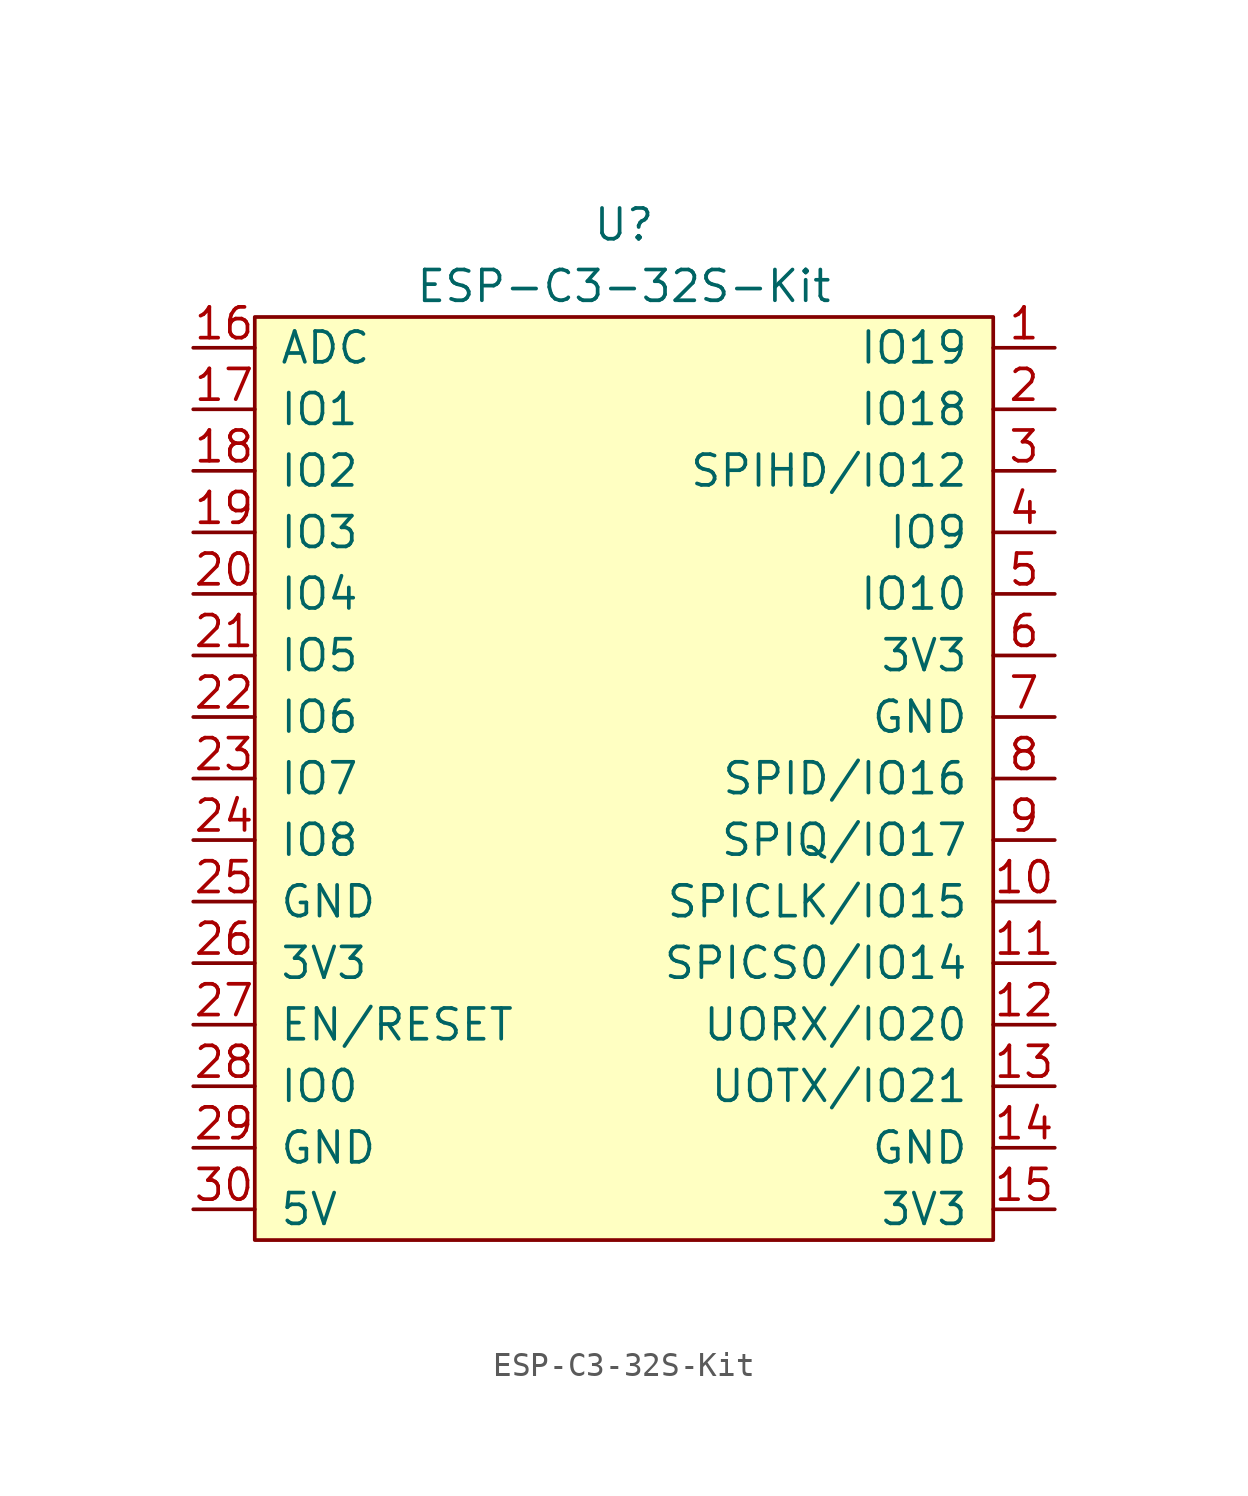
<source format=kicad_sym>
(kicad_symbol_lib
  (version 20220331)
  (generator kicad_symbol_editor)
  (symbol "ESP-C3-32S-Kit"
    (pin_names
      (offset 1))
    (property "Reference" "U"
      (at 0 22.86 0)
      (effects (font (size 1.27 1.27))))
    (property "Value" "ESP-C3-32S-Kit"
      (at 0 20.32 0)
      (effects (font (size 1.27 1.27))))
    (symbol "ESP-C3-32S-Kit_0_1"
      (rectangle (start -15.24 19.05) (end 15.24 -19.05) (stroke (width 0) (type default)) (fill (type background))))
    (symbol "ESP-C3-32S-Kit_1_1"
      (pin bidirectional line (at 17.78 17.78 180) (length 2.54) (name "IO19" (effects (font (size 1.27 1.27)))) (number "1" (effects (font (size 1.27 1.27)))))
      (pin bidirectional line (at 17.78 -5.08 180) (length 2.54) (name "SPICLK/IO15" (effects (font (size 1.27 1.27)))) (number "10" (effects (font (size 1.27 1.27)))))
      (pin bidirectional line (at 17.78 -7.62 180) (length 2.54) (name "SPICS0/IO14" (effects (font (size 1.27 1.27)))) (number "11" (effects (font (size 1.27 1.27)))))
      (pin bidirectional line (at 17.78 -10.16 180) (length 2.54) (name "UORX/IO20" (effects (font (size 1.27 1.27)))) (number "12" (effects (font (size 1.27 1.27)))))
      (pin bidirectional line (at 17.78 -12.7 180) (length 2.54) (name "UOTX/IO21" (effects (font (size 1.27 1.27)))) (number "13" (effects (font (size 1.27 1.27)))))
      (pin bidirectional line (at 17.78 -15.24 180) (length 2.54) (name "GND" (effects (font (size 1.27 1.27)))) (number "14" (effects (font (size 1.27 1.27)))))
      (pin bidirectional line (at 17.78 -17.78 180) (length 2.54) (name "3V3" (effects (font (size 1.27 1.27)))) (number "15" (effects (font (size 1.27 1.27)))))
      (pin bidirectional line (at -17.78 17.78 0) (length 2.54) (name "ADC" (effects (font (size 1.27 1.27)))) (number "16" (effects (font (size 1.27 1.27)))))
      (pin bidirectional line (at -17.78 15.24 0) (length 2.54) (name "IO1" (effects (font (size 1.27 1.27)))) (number "17" (effects (font (size 1.27 1.27)))))
      (pin bidirectional line (at -17.78 12.7 0) (length 2.54) (name "IO2" (effects (font (size 1.27 1.27)))) (number "18" (effects (font (size 1.27 1.27)))))
      (pin bidirectional line (at -17.78 10.16 0) (length 2.54) (name "IO3" (effects (font (size 1.27 1.27)))) (number "19" (effects (font (size 1.27 1.27)))))
      (pin bidirectional line (at 17.78 15.24 180) (length 2.54) (name "IO18" (effects (font (size 1.27 1.27)))) (number "2" (effects (font (size 1.27 1.27)))))
      (pin bidirectional line (at -17.78 7.62 0) (length 2.54) (name "IO4" (effects (font (size 1.27 1.27)))) (number "20" (effects (font (size 1.27 1.27)))))
      (pin bidirectional line (at -17.78 5.08 0) (length 2.54) (name "IO5" (effects (font (size 1.27 1.27)))) (number "21" (effects (font (size 1.27 1.27)))))
      (pin bidirectional line (at -17.78 2.54 0) (length 2.54) (name "IO6" (effects (font (size 1.27 1.27)))) (number "22" (effects (font (size 1.27 1.27)))))
      (pin bidirectional line (at -17.78 0 0) (length 2.54) (name "IO7" (effects (font (size 1.27 1.27)))) (number "23" (effects (font (size 1.27 1.27)))))
      (pin bidirectional line (at -17.78 -2.54 0) (length 2.54) (name "IO8" (effects (font (size 1.27 1.27)))) (number "24" (effects (font (size 1.27 1.27)))))
      (pin bidirectional line (at -17.78 -5.08 0) (length 2.54) (name "GND" (effects (font (size 1.27 1.27)))) (number "25" (effects (font (size 1.27 1.27)))))
      (pin bidirectional line (at -17.78 -7.62 0) (length 2.54) (name "3V3" (effects (font (size 1.27 1.27)))) (number "26" (effects (font (size 1.27 1.27)))))
      (pin bidirectional line (at -17.78 -10.16 0) (length 2.54) (name "EN/RESET" (effects (font (size 1.27 1.27)))) (number "27" (effects (font (size 1.27 1.27)))))
      (pin bidirectional line (at -17.78 -12.7 0) (length 2.54) (name "IO0" (effects (font (size 1.27 1.27)))) (number "28" (effects (font (size 1.27 1.27)))))
      (pin bidirectional line (at -17.78 -15.24 0) (length 2.54) (name "GND" (effects (font (size 1.27 1.27)))) (number "29" (effects (font (size 1.27 1.27)))))
      (pin bidirectional line (at 17.78 12.7 180) (length 2.54) (name "SPIHD/IO12" (effects (font (size 1.27 1.27)))) (number "3" (effects (font (size 1.27 1.27)))))
      (pin bidirectional line (at -17.78 -17.78 0) (length 2.54) (name "5V" (effects (font (size 1.27 1.27)))) (number "30" (effects (font (size 1.27 1.27)))))
      (pin bidirectional line (at 17.78 10.16 180) (length 2.54) (name "IO9" (effects (font (size 1.27 1.27)))) (number "4" (effects (font (size 1.27 1.27)))))
      (pin bidirectional line (at 17.78 7.62 180) (length 2.54) (name "IO10" (effects (font (size 1.27 1.27)))) (number "5" (effects (font (size 1.27 1.27)))))
      (pin bidirectional line (at 17.78 5.08 180) (length 2.54) (name "3V3" (effects (font (size 1.27 1.27)))) (number "6" (effects (font (size 1.27 1.27)))))
      (pin bidirectional line (at 17.78 2.54 180) (length 2.54) (name "GND" (effects (font (size 1.27 1.27)))) (number "7" (effects (font (size 1.27 1.27)))))
      (pin bidirectional line (at 17.78 0 180) (length 2.54) (name "SPID/IO16" (effects (font (size 1.27 1.27)))) (number "8" (effects (font (size 1.27 1.27)))))
      (pin bidirectional line (at 17.78 -2.54 180) (length 2.54) (name "SPIQ/IO17" (effects (font (size 1.27 1.27)))) (number "9" (effects (font (size 1.27 1.27))))))))
</source>
